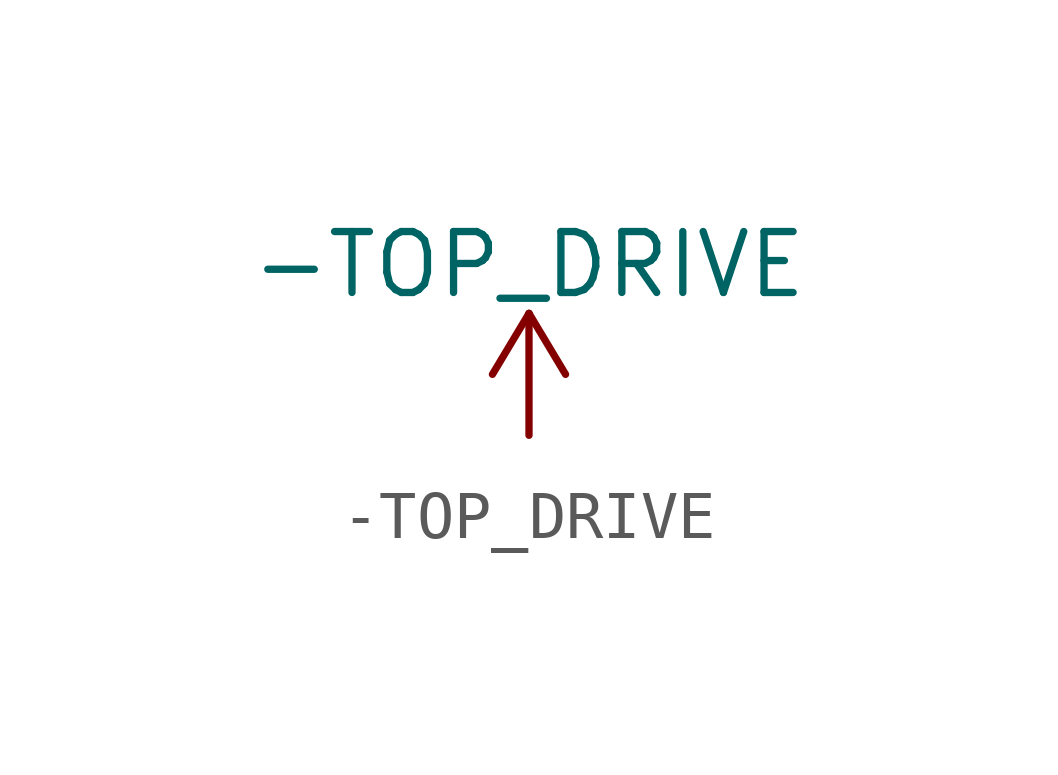
<source format=kicad_sym>
(kicad_symbol_lib
  (version 20211014)
  (generator kicad_symbol_editor)
  (symbol "-TOP_DRIVE"
    (power)
    (pin_names
      (offset 0))
    (property "Reference" "#PWR"
      (at 0 -3.81 0)
      (effects (font (size 1.27 1.27)) hide))
    (property "Value" "-TOP_DRIVE"
      (at 0 3.556 0)
      (effects (font (size 1.27 1.27))))
    (symbol "-TOP_DRIVE_0_1"
      (polyline (pts (xy -0.762 1.27) (xy 0 2.54)) (stroke (width 0) (type default) (color 0 0 0 0)) (fill (type none)))
      (polyline (pts (xy 0 0) (xy 0 2.54)) (stroke (width 0) (type default) (color 0 0 0 0)) (fill (type none)))
      (polyline (pts (xy 0 2.54) (xy 0.762 1.27)) (stroke (width 0) (type default) (color 0 0 0 0)) (fill (type none))))
    (symbol "-TOP_DRIVE_1_1"
      (pin power_in line (at 0 0 90) (length 0) hide (name "-TOP_DRIVE" (effects (font (size 1.27 1.27)))) (number "1" (effects (font (size 1.27 1.27))))))))
</source>
